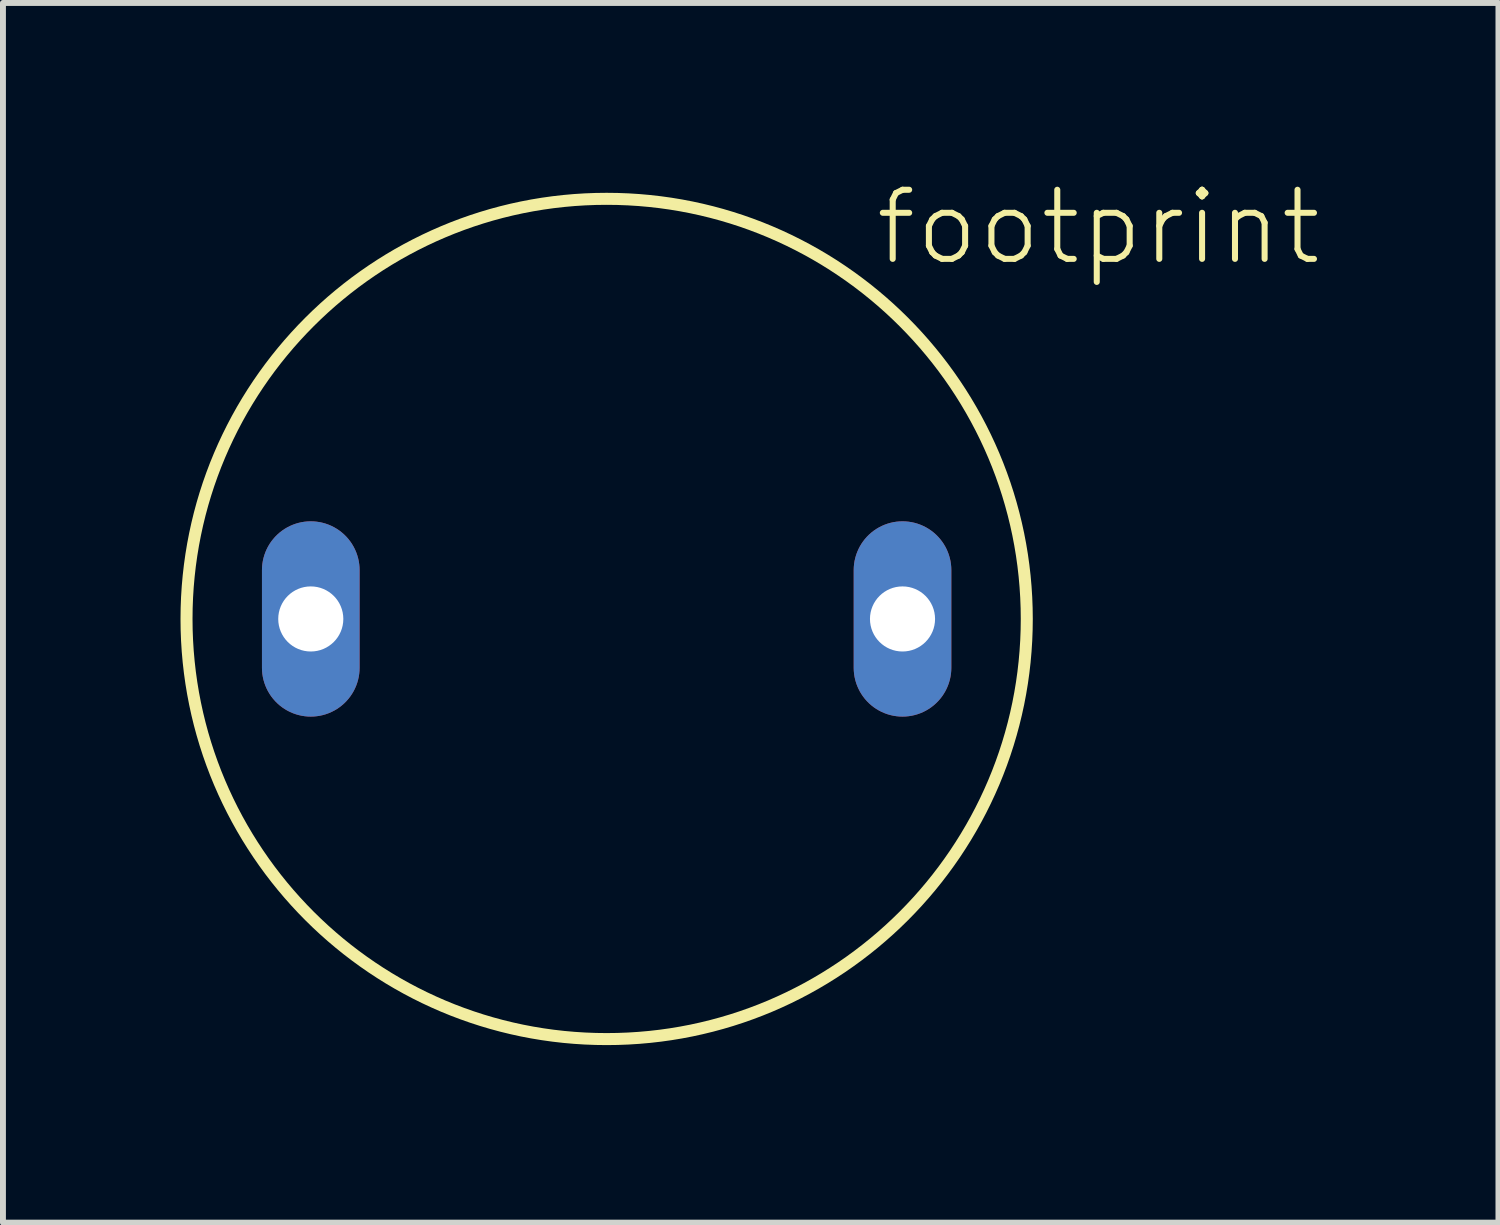
<source format=kicad_pcb>
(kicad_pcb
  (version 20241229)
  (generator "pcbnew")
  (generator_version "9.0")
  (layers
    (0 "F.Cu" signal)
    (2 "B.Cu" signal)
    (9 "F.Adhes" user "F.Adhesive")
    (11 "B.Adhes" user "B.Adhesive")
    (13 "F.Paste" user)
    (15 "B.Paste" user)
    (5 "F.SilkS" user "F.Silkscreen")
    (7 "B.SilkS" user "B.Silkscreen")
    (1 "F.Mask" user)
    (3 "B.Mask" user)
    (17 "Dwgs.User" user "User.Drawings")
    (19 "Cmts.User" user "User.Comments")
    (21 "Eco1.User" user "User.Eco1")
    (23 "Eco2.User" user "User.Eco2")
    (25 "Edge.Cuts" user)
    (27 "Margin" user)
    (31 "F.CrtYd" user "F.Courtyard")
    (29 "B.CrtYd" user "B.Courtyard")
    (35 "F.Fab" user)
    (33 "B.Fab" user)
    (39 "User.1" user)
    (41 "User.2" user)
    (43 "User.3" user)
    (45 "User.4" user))
  (footprint "footprint"
    (layer "F.Cu")
    (at 7.202 7.41)
    (property "Reference" "footprint" (at 4.489 -5.937 0) (layer "F.SilkS") (effects (font (size 1.168 1.168) (thickness 0.102)) (justify left bottom)))
    (fp_circle (center 0 0) (end 7.1 0) (stroke (width 0.203) (type solid)) (fill no) (layer "F.SilkS"))
    (pad "1" thru_hole oval (at -5 0 90) (size 3.3 1.65) (drill 1.1) (layers "*.Cu" "*.Mask"))
    (pad "2" thru_hole oval (at 5 0 90) (size 3.3 1.65) (drill 1.1) (layers "*.Cu" "*.Mask")))
  (gr_rect
    (start -3 -3)
    (end 22.273 17.612)
    (stroke (width 0.1) (type default))
    (fill no)
    (layer "Edge.Cuts")))
</source>
